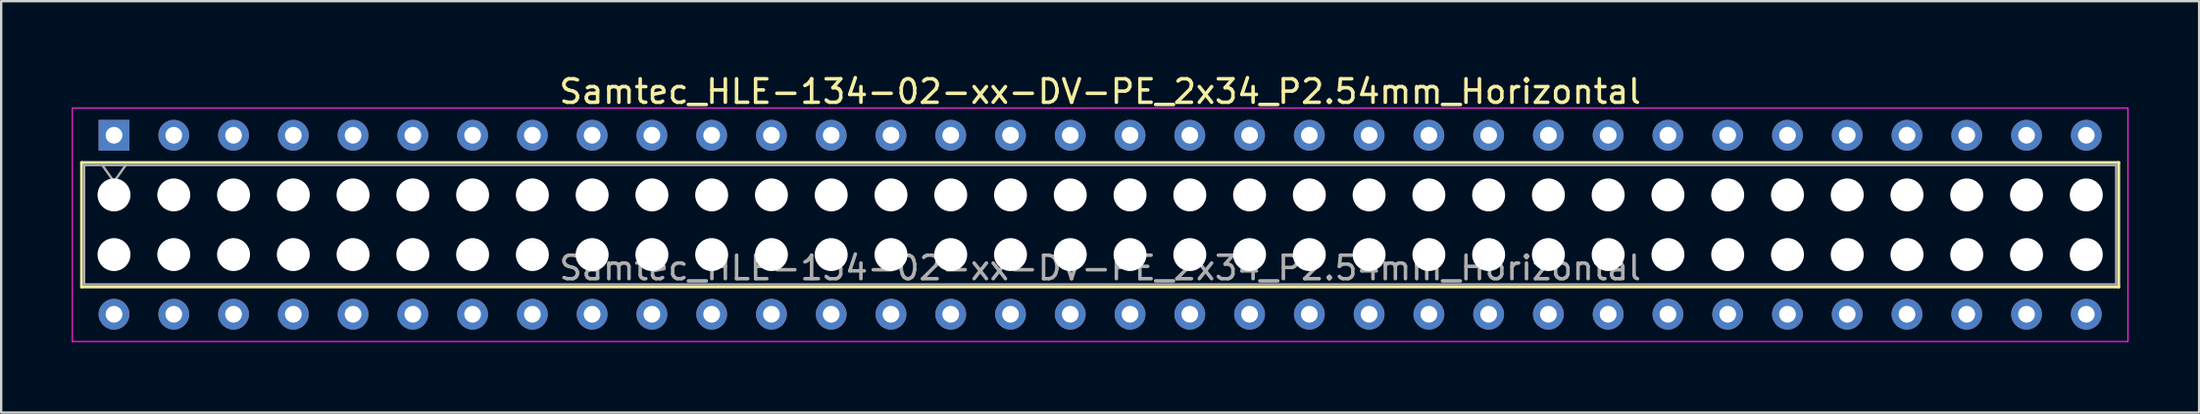
<source format=kicad_pcb>
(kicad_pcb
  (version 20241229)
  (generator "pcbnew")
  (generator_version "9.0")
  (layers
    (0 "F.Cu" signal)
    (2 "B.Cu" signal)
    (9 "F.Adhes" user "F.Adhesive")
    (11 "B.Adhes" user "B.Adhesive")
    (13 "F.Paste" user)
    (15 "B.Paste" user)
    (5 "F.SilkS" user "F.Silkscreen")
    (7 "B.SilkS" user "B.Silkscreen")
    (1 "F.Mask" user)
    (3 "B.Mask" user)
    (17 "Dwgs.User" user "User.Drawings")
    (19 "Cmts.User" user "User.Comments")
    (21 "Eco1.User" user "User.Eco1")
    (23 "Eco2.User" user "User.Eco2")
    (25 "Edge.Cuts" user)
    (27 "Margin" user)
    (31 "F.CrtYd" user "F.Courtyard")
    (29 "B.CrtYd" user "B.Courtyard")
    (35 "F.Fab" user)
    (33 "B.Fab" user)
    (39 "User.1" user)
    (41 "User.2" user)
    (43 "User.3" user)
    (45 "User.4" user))
  (footprint "Samtec_HLE-134-02-xx-DV-PE_2x34_P2.54mm_Horizontal"
    (layer "F.Cu")
    (at 1.795 2.708)
    (property "Reference" "Samtec_HLE-134-02-xx-DV-PE_2x34_P2.54mm_Horizontal" (at 41.91 -1.86 0) (layer "F.SilkS") (effects (font (size 1 1) (thickness 0.15))))
    (attr through_hole)
    (fp_line (start -1.38 1.16) (end 85.2 1.16) (stroke (width 0.12) (type solid)) (layer "F.SilkS"))
    (fp_line (start -1.38 6.46) (end -1.38 1.16) (stroke (width 0.12) (type solid)) (layer "F.SilkS"))
    (fp_line (start 85.2 1.16) (end 85.2 6.46) (stroke (width 0.12) (type solid)) (layer "F.SilkS"))
    (fp_line (start 85.2 6.46) (end -1.38 6.46) (stroke (width 0.12) (type solid)) (layer "F.SilkS"))
    (fp_line (start -1.77 -1.16) (end 85.59 -1.16) (stroke (width 0.05) (type solid)) (layer "F.CrtYd"))
    (fp_line (start -1.77 8.78) (end -1.77 -1.16) (stroke (width 0.05) (type solid)) (layer "F.CrtYd"))
    (fp_line (start 85.59 -1.16) (end 85.59 8.78) (stroke (width 0.05) (type solid)) (layer "F.CrtYd"))
    (fp_line (start 85.59 8.78) (end -1.77 8.78) (stroke (width 0.05) (type solid)) (layer "F.CrtYd"))
    (fp_line (start -1.27 1.27) (end 85.09 1.27) (stroke (width 0.1) (type solid)) (layer "F.Fab"))
    (fp_line (start -1.27 6.35) (end -1.27 1.27) (stroke (width 0.1) (type solid)) (layer "F.Fab"))
    (fp_line (start -0.5 1.27) (end 0 1.977) (stroke (width 0.1) (type solid)) (layer "F.Fab"))
    (fp_line (start 0 1.977) (end 0.5 1.27) (stroke (width 0.1) (type solid)) (layer "F.Fab"))
    (fp_line (start 85.09 1.27) (end 85.09 6.35) (stroke (width 0.1) (type solid)) (layer "F.Fab"))
    (fp_line (start 85.09 6.35) (end -1.27 6.35) (stroke (width 0.1) (type solid)) (layer "F.Fab"))
    (fp_text user "${REFERENCE}" (at 41.91 5.65 0) (layer "F.Fab") (effects (font (size 1 1) (thickness 0.15))))
    (pad "" np_thru_hole circle (at 0 2.54) (size 1.4 1.4) (drill 1.4) (layers "*.Cu" "*.Mask"))
    (pad "" np_thru_hole circle (at 0 5.08) (size 1.4 1.4) (drill 1.4) (layers "*.Cu" "*.Mask"))
    (pad "" np_thru_hole circle (at 2.54 2.54) (size 1.4 1.4) (drill 1.4) (layers "*.Cu" "*.Mask"))
    (pad "" np_thru_hole circle (at 2.54 5.08) (size 1.4 1.4) (drill 1.4) (layers "*.Cu" "*.Mask"))
    (pad "" np_thru_hole circle (at 5.08 2.54) (size 1.4 1.4) (drill 1.4) (layers "*.Cu" "*.Mask"))
    (pad "" np_thru_hole circle (at 5.08 5.08) (size 1.4 1.4) (drill 1.4) (layers "*.Cu" "*.Mask"))
    (pad "" np_thru_hole circle (at 7.62 2.54) (size 1.4 1.4) (drill 1.4) (layers "*.Cu" "*.Mask"))
    (pad "" np_thru_hole circle (at 7.62 5.08) (size 1.4 1.4) (drill 1.4) (layers "*.Cu" "*.Mask"))
    (pad "" np_thru_hole circle (at 10.16 2.54) (size 1.4 1.4) (drill 1.4) (layers "*.Cu" "*.Mask"))
    (pad "" np_thru_hole circle (at 10.16 5.08) (size 1.4 1.4) (drill 1.4) (layers "*.Cu" "*.Mask"))
    (pad "" np_thru_hole circle (at 12.7 2.54) (size 1.4 1.4) (drill 1.4) (layers "*.Cu" "*.Mask"))
    (pad "" np_thru_hole circle (at 12.7 5.08) (size 1.4 1.4) (drill 1.4) (layers "*.Cu" "*.Mask"))
    (pad "" np_thru_hole circle (at 15.24 2.54) (size 1.4 1.4) (drill 1.4) (layers "*.Cu" "*.Mask"))
    (pad "" np_thru_hole circle (at 15.24 5.08) (size 1.4 1.4) (drill 1.4) (layers "*.Cu" "*.Mask"))
    (pad "" np_thru_hole circle (at 17.78 2.54) (size 1.4 1.4) (drill 1.4) (layers "*.Cu" "*.Mask"))
    (pad "" np_thru_hole circle (at 17.78 5.08) (size 1.4 1.4) (drill 1.4) (layers "*.Cu" "*.Mask"))
    (pad "" np_thru_hole circle (at 20.32 2.54) (size 1.4 1.4) (drill 1.4) (layers "*.Cu" "*.Mask"))
    (pad "" np_thru_hole circle (at 20.32 5.08) (size 1.4 1.4) (drill 1.4) (layers "*.Cu" "*.Mask"))
    (pad "" np_thru_hole circle (at 22.86 2.54) (size 1.4 1.4) (drill 1.4) (layers "*.Cu" "*.Mask"))
    (pad "" np_thru_hole circle (at 22.86 5.08) (size 1.4 1.4) (drill 1.4) (layers "*.Cu" "*.Mask"))
    (pad "" np_thru_hole circle (at 25.4 2.54) (size 1.4 1.4) (drill 1.4) (layers "*.Cu" "*.Mask"))
    (pad "" np_thru_hole circle (at 25.4 5.08) (size 1.4 1.4) (drill 1.4) (layers "*.Cu" "*.Mask"))
    (pad "" np_thru_hole circle (at 27.94 2.54) (size 1.4 1.4) (drill 1.4) (layers "*.Cu" "*.Mask"))
    (pad "" np_thru_hole circle (at 27.94 5.08) (size 1.4 1.4) (drill 1.4) (layers "*.Cu" "*.Mask"))
    (pad "" np_thru_hole circle (at 30.48 2.54) (size 1.4 1.4) (drill 1.4) (layers "*.Cu" "*.Mask"))
    (pad "" np_thru_hole circle (at 30.48 5.08) (size 1.4 1.4) (drill 1.4) (layers "*.Cu" "*.Mask"))
    (pad "" np_thru_hole circle (at 33.02 2.54) (size 1.4 1.4) (drill 1.4) (layers "*.Cu" "*.Mask"))
    (pad "" np_thru_hole circle (at 33.02 5.08) (size 1.4 1.4) (drill 1.4) (layers "*.Cu" "*.Mask"))
    (pad "" np_thru_hole circle (at 35.56 2.54) (size 1.4 1.4) (drill 1.4) (layers "*.Cu" "*.Mask"))
    (pad "" np_thru_hole circle (at 35.56 5.08) (size 1.4 1.4) (drill 1.4) (layers "*.Cu" "*.Mask"))
    (pad "" np_thru_hole circle (at 38.1 2.54) (size 1.4 1.4) (drill 1.4) (layers "*.Cu" "*.Mask"))
    (pad "" np_thru_hole circle (at 38.1 5.08) (size 1.4 1.4) (drill 1.4) (layers "*.Cu" "*.Mask"))
    (pad "" np_thru_hole circle (at 40.64 2.54) (size 1.4 1.4) (drill 1.4) (layers "*.Cu" "*.Mask"))
    (pad "" np_thru_hole circle (at 40.64 5.08) (size 1.4 1.4) (drill 1.4) (layers "*.Cu" "*.Mask"))
    (pad "" np_thru_hole circle (at 43.18 2.54) (size 1.4 1.4) (drill 1.4) (layers "*.Cu" "*.Mask"))
    (pad "" np_thru_hole circle (at 43.18 5.08) (size 1.4 1.4) (drill 1.4) (layers "*.Cu" "*.Mask"))
    (pad "" np_thru_hole circle (at 45.72 2.54) (size 1.4 1.4) (drill 1.4) (layers "*.Cu" "*.Mask"))
    (pad "" np_thru_hole circle (at 45.72 5.08) (size 1.4 1.4) (drill 1.4) (layers "*.Cu" "*.Mask"))
    (pad "" np_thru_hole circle (at 48.26 2.54) (size 1.4 1.4) (drill 1.4) (layers "*.Cu" "*.Mask"))
    (pad "" np_thru_hole circle (at 48.26 5.08) (size 1.4 1.4) (drill 1.4) (layers "*.Cu" "*.Mask"))
    (pad "" np_thru_hole circle (at 50.8 2.54) (size 1.4 1.4) (drill 1.4) (layers "*.Cu" "*.Mask"))
    (pad "" np_thru_hole circle (at 50.8 5.08) (size 1.4 1.4) (drill 1.4) (layers "*.Cu" "*.Mask"))
    (pad "" np_thru_hole circle (at 53.34 2.54) (size 1.4 1.4) (drill 1.4) (layers "*.Cu" "*.Mask"))
    (pad "" np_thru_hole circle (at 53.34 5.08) (size 1.4 1.4) (drill 1.4) (layers "*.Cu" "*.Mask"))
    (pad "" np_thru_hole circle (at 55.88 2.54) (size 1.4 1.4) (drill 1.4) (layers "*.Cu" "*.Mask"))
    (pad "" np_thru_hole circle (at 55.88 5.08) (size 1.4 1.4) (drill 1.4) (layers "*.Cu" "*.Mask"))
    (pad "" np_thru_hole circle (at 58.42 2.54) (size 1.4 1.4) (drill 1.4) (layers "*.Cu" "*.Mask"))
    (pad "" np_thru_hole circle (at 58.42 5.08) (size 1.4 1.4) (drill 1.4) (layers "*.Cu" "*.Mask"))
    (pad "" np_thru_hole circle (at 60.96 2.54) (size 1.4 1.4) (drill 1.4) (layers "*.Cu" "*.Mask"))
    (pad "" np_thru_hole circle (at 60.96 5.08) (size 1.4 1.4) (drill 1.4) (layers "*.Cu" "*.Mask"))
    (pad "" np_thru_hole circle (at 63.5 2.54) (size 1.4 1.4) (drill 1.4) (layers "*.Cu" "*.Mask"))
    (pad "" np_thru_hole circle (at 63.5 5.08) (size 1.4 1.4) (drill 1.4) (layers "*.Cu" "*.Mask"))
    (pad "" np_thru_hole circle (at 66.04 2.54) (size 1.4 1.4) (drill 1.4) (layers "*.Cu" "*.Mask"))
    (pad "" np_thru_hole circle (at 66.04 5.08) (size 1.4 1.4) (drill 1.4) (layers "*.Cu" "*.Mask"))
    (pad "" np_thru_hole circle (at 68.58 2.54) (size 1.4 1.4) (drill 1.4) (layers "*.Cu" "*.Mask"))
    (pad "" np_thru_hole circle (at 68.58 5.08) (size 1.4 1.4) (drill 1.4) (layers "*.Cu" "*.Mask"))
    (pad "" np_thru_hole circle (at 71.12 2.54) (size 1.4 1.4) (drill 1.4) (layers "*.Cu" "*.Mask"))
    (pad "" np_thru_hole circle (at 71.12 5.08) (size 1.4 1.4) (drill 1.4) (layers "*.Cu" "*.Mask"))
    (pad "" np_thru_hole circle (at 73.66 2.54) (size 1.4 1.4) (drill 1.4) (layers "*.Cu" "*.Mask"))
    (pad "" np_thru_hole circle (at 73.66 5.08) (size 1.4 1.4) (drill 1.4) (layers "*.Cu" "*.Mask"))
    (pad "" np_thru_hole circle (at 76.2 2.54) (size 1.4 1.4) (drill 1.4) (layers "*.Cu" "*.Mask"))
    (pad "" np_thru_hole circle (at 76.2 5.08) (size 1.4 1.4) (drill 1.4) (layers "*.Cu" "*.Mask"))
    (pad "" np_thru_hole circle (at 78.74 2.54) (size 1.4 1.4) (drill 1.4) (layers "*.Cu" "*.Mask"))
    (pad "" np_thru_hole circle (at 78.74 5.08) (size 1.4 1.4) (drill 1.4) (layers "*.Cu" "*.Mask"))
    (pad "" np_thru_hole circle (at 81.28 2.54) (size 1.4 1.4) (drill 1.4) (layers "*.Cu" "*.Mask"))
    (pad "" np_thru_hole circle (at 81.28 5.08) (size 1.4 1.4) (drill 1.4) (layers "*.Cu" "*.Mask"))
    (pad "" np_thru_hole circle (at 83.82 2.54) (size 1.4 1.4) (drill 1.4) (layers "*.Cu" "*.Mask"))
    (pad "" np_thru_hole circle (at 83.82 5.08) (size 1.4 1.4) (drill 1.4) (layers "*.Cu" "*.Mask"))
    (pad "1" thru_hole rect (at 0 0) (size 1.31 1.31) (drill 0.71) (layers "*.Cu" "*.Mask"))
    (pad "2" thru_hole circle (at 0 7.62) (size 1.31 1.31) (drill 0.71) (layers "*.Cu" "*.Mask"))
    (pad "3" thru_hole circle (at 2.54 0) (size 1.31 1.31) (drill 0.71) (layers "*.Cu" "*.Mask"))
    (pad "4" thru_hole circle (at 2.54 7.62) (size 1.31 1.31) (drill 0.71) (layers "*.Cu" "*.Mask"))
    (pad "5" thru_hole circle (at 5.08 0) (size 1.31 1.31) (drill 0.71) (layers "*.Cu" "*.Mask"))
    (pad "6" thru_hole circle (at 5.08 7.62) (size 1.31 1.31) (drill 0.71) (layers "*.Cu" "*.Mask"))
    (pad "7" thru_hole circle (at 7.62 0) (size 1.31 1.31) (drill 0.71) (layers "*.Cu" "*.Mask"))
    (pad "8" thru_hole circle (at 7.62 7.62) (size 1.31 1.31) (drill 0.71) (layers "*.Cu" "*.Mask"))
    (pad "9" thru_hole circle (at 10.16 0) (size 1.31 1.31) (drill 0.71) (layers "*.Cu" "*.Mask"))
    (pad "10" thru_hole circle (at 10.16 7.62) (size 1.31 1.31) (drill 0.71) (layers "*.Cu" "*.Mask"))
    (pad "11" thru_hole circle (at 12.7 0) (size 1.31 1.31) (drill 0.71) (layers "*.Cu" "*.Mask"))
    (pad "12" thru_hole circle (at 12.7 7.62) (size 1.31 1.31) (drill 0.71) (layers "*.Cu" "*.Mask"))
    (pad "13" thru_hole circle (at 15.24 0) (size 1.31 1.31) (drill 0.71) (layers "*.Cu" "*.Mask"))
    (pad "14" thru_hole circle (at 15.24 7.62) (size 1.31 1.31) (drill 0.71) (layers "*.Cu" "*.Mask"))
    (pad "15" thru_hole circle (at 17.78 0) (size 1.31 1.31) (drill 0.71) (layers "*.Cu" "*.Mask"))
    (pad "16" thru_hole circle (at 17.78 7.62) (size 1.31 1.31) (drill 0.71) (layers "*.Cu" "*.Mask"))
    (pad "17" thru_hole circle (at 20.32 0) (size 1.31 1.31) (drill 0.71) (layers "*.Cu" "*.Mask"))
    (pad "18" thru_hole circle (at 20.32 7.62) (size 1.31 1.31) (drill 0.71) (layers "*.Cu" "*.Mask"))
    (pad "19" thru_hole circle (at 22.86 0) (size 1.31 1.31) (drill 0.71) (layers "*.Cu" "*.Mask"))
    (pad "20" thru_hole circle (at 22.86 7.62) (size 1.31 1.31) (drill 0.71) (layers "*.Cu" "*.Mask"))
    (pad "21" thru_hole circle (at 25.4 0) (size 1.31 1.31) (drill 0.71) (layers "*.Cu" "*.Mask"))
    (pad "22" thru_hole circle (at 25.4 7.62) (size 1.31 1.31) (drill 0.71) (layers "*.Cu" "*.Mask"))
    (pad "23" thru_hole circle (at 27.94 0) (size 1.31 1.31) (drill 0.71) (layers "*.Cu" "*.Mask"))
    (pad "24" thru_hole circle (at 27.94 7.62) (size 1.31 1.31) (drill 0.71) (layers "*.Cu" "*.Mask"))
    (pad "25" thru_hole circle (at 30.48 0) (size 1.31 1.31) (drill 0.71) (layers "*.Cu" "*.Mask"))
    (pad "26" thru_hole circle (at 30.48 7.62) (size 1.31 1.31) (drill 0.71) (layers "*.Cu" "*.Mask"))
    (pad "27" thru_hole circle (at 33.02 0) (size 1.31 1.31) (drill 0.71) (layers "*.Cu" "*.Mask"))
    (pad "28" thru_hole circle (at 33.02 7.62) (size 1.31 1.31) (drill 0.71) (layers "*.Cu" "*.Mask"))
    (pad "29" thru_hole circle (at 35.56 0) (size 1.31 1.31) (drill 0.71) (layers "*.Cu" "*.Mask"))
    (pad "30" thru_hole circle (at 35.56 7.62) (size 1.31 1.31) (drill 0.71) (layers "*.Cu" "*.Mask"))
    (pad "31" thru_hole circle (at 38.1 0) (size 1.31 1.31) (drill 0.71) (layers "*.Cu" "*.Mask"))
    (pad "32" thru_hole circle (at 38.1 7.62) (size 1.31 1.31) (drill 0.71) (layers "*.Cu" "*.Mask"))
    (pad "33" thru_hole circle (at 40.64 0) (size 1.31 1.31) (drill 0.71) (layers "*.Cu" "*.Mask"))
    (pad "34" thru_hole circle (at 40.64 7.62) (size 1.31 1.31) (drill 0.71) (layers "*.Cu" "*.Mask"))
    (pad "35" thru_hole circle (at 43.18 0) (size 1.31 1.31) (drill 0.71) (layers "*.Cu" "*.Mask"))
    (pad "36" thru_hole circle (at 43.18 7.62) (size 1.31 1.31) (drill 0.71) (layers "*.Cu" "*.Mask"))
    (pad "37" thru_hole circle (at 45.72 0) (size 1.31 1.31) (drill 0.71) (layers "*.Cu" "*.Mask"))
    (pad "38" thru_hole circle (at 45.72 7.62) (size 1.31 1.31) (drill 0.71) (layers "*.Cu" "*.Mask"))
    (pad "39" thru_hole circle (at 48.26 0) (size 1.31 1.31) (drill 0.71) (layers "*.Cu" "*.Mask"))
    (pad "40" thru_hole circle (at 48.26 7.62) (size 1.31 1.31) (drill 0.71) (layers "*.Cu" "*.Mask"))
    (pad "41" thru_hole circle (at 50.8 0) (size 1.31 1.31) (drill 0.71) (layers "*.Cu" "*.Mask"))
    (pad "42" thru_hole circle (at 50.8 7.62) (size 1.31 1.31) (drill 0.71) (layers "*.Cu" "*.Mask"))
    (pad "43" thru_hole circle (at 53.34 0) (size 1.31 1.31) (drill 0.71) (layers "*.Cu" "*.Mask"))
    (pad "44" thru_hole circle (at 53.34 7.62) (size 1.31 1.31) (drill 0.71) (layers "*.Cu" "*.Mask"))
    (pad "45" thru_hole circle (at 55.88 0) (size 1.31 1.31) (drill 0.71) (layers "*.Cu" "*.Mask"))
    (pad "46" thru_hole circle (at 55.88 7.62) (size 1.31 1.31) (drill 0.71) (layers "*.Cu" "*.Mask"))
    (pad "47" thru_hole circle (at 58.42 0) (size 1.31 1.31) (drill 0.71) (layers "*.Cu" "*.Mask"))
    (pad "48" thru_hole circle (at 58.42 7.62) (size 1.31 1.31) (drill 0.71) (layers "*.Cu" "*.Mask"))
    (pad "49" thru_hole circle (at 60.96 0) (size 1.31 1.31) (drill 0.71) (layers "*.Cu" "*.Mask"))
    (pad "50" thru_hole circle (at 60.96 7.62) (size 1.31 1.31) (drill 0.71) (layers "*.Cu" "*.Mask"))
    (pad "51" thru_hole circle (at 63.5 0) (size 1.31 1.31) (drill 0.71) (layers "*.Cu" "*.Mask"))
    (pad "52" thru_hole circle (at 63.5 7.62) (size 1.31 1.31) (drill 0.71) (layers "*.Cu" "*.Mask"))
    (pad "53" thru_hole circle (at 66.04 0) (size 1.31 1.31) (drill 0.71) (layers "*.Cu" "*.Mask"))
    (pad "54" thru_hole circle (at 66.04 7.62) (size 1.31 1.31) (drill 0.71) (layers "*.Cu" "*.Mask"))
    (pad "55" thru_hole circle (at 68.58 0) (size 1.31 1.31) (drill 0.71) (layers "*.Cu" "*.Mask"))
    (pad "56" thru_hole circle (at 68.58 7.62) (size 1.31 1.31) (drill 0.71) (layers "*.Cu" "*.Mask"))
    (pad "57" thru_hole circle (at 71.12 0) (size 1.31 1.31) (drill 0.71) (layers "*.Cu" "*.Mask"))
    (pad "58" thru_hole circle (at 71.12 7.62) (size 1.31 1.31) (drill 0.71) (layers "*.Cu" "*.Mask"))
    (pad "59" thru_hole circle (at 73.66 0) (size 1.31 1.31) (drill 0.71) (layers "*.Cu" "*.Mask"))
    (pad "60" thru_hole circle (at 73.66 7.62) (size 1.31 1.31) (drill 0.71) (layers "*.Cu" "*.Mask"))
    (pad "61" thru_hole circle (at 76.2 0) (size 1.31 1.31) (drill 0.71) (layers "*.Cu" "*.Mask"))
    (pad "62" thru_hole circle (at 76.2 7.62) (size 1.31 1.31) (drill 0.71) (layers "*.Cu" "*.Mask"))
    (pad "63" thru_hole circle (at 78.74 0) (size 1.31 1.31) (drill 0.71) (layers "*.Cu" "*.Mask"))
    (pad "64" thru_hole circle (at 78.74 7.62) (size 1.31 1.31) (drill 0.71) (layers "*.Cu" "*.Mask"))
    (pad "65" thru_hole circle (at 81.28 0) (size 1.31 1.31) (drill 0.71) (layers "*.Cu" "*.Mask"))
    (pad "66" thru_hole circle (at 81.28 7.62) (size 1.31 1.31) (drill 0.71) (layers "*.Cu" "*.Mask"))
    (pad "67" thru_hole circle (at 83.82 0) (size 1.31 1.31) (drill 0.71) (layers "*.Cu" "*.Mask"))
    (pad "68" thru_hole circle (at 83.82 7.62) (size 1.31 1.31) (drill 0.71) (layers "*.Cu" "*.Mask")))
  (gr_rect
    (start -3 -3)
    (end 90.41 14.513)
    (stroke (width 0.1) (type default))
    (fill no)
    (layer "Edge.Cuts")))
</source>
